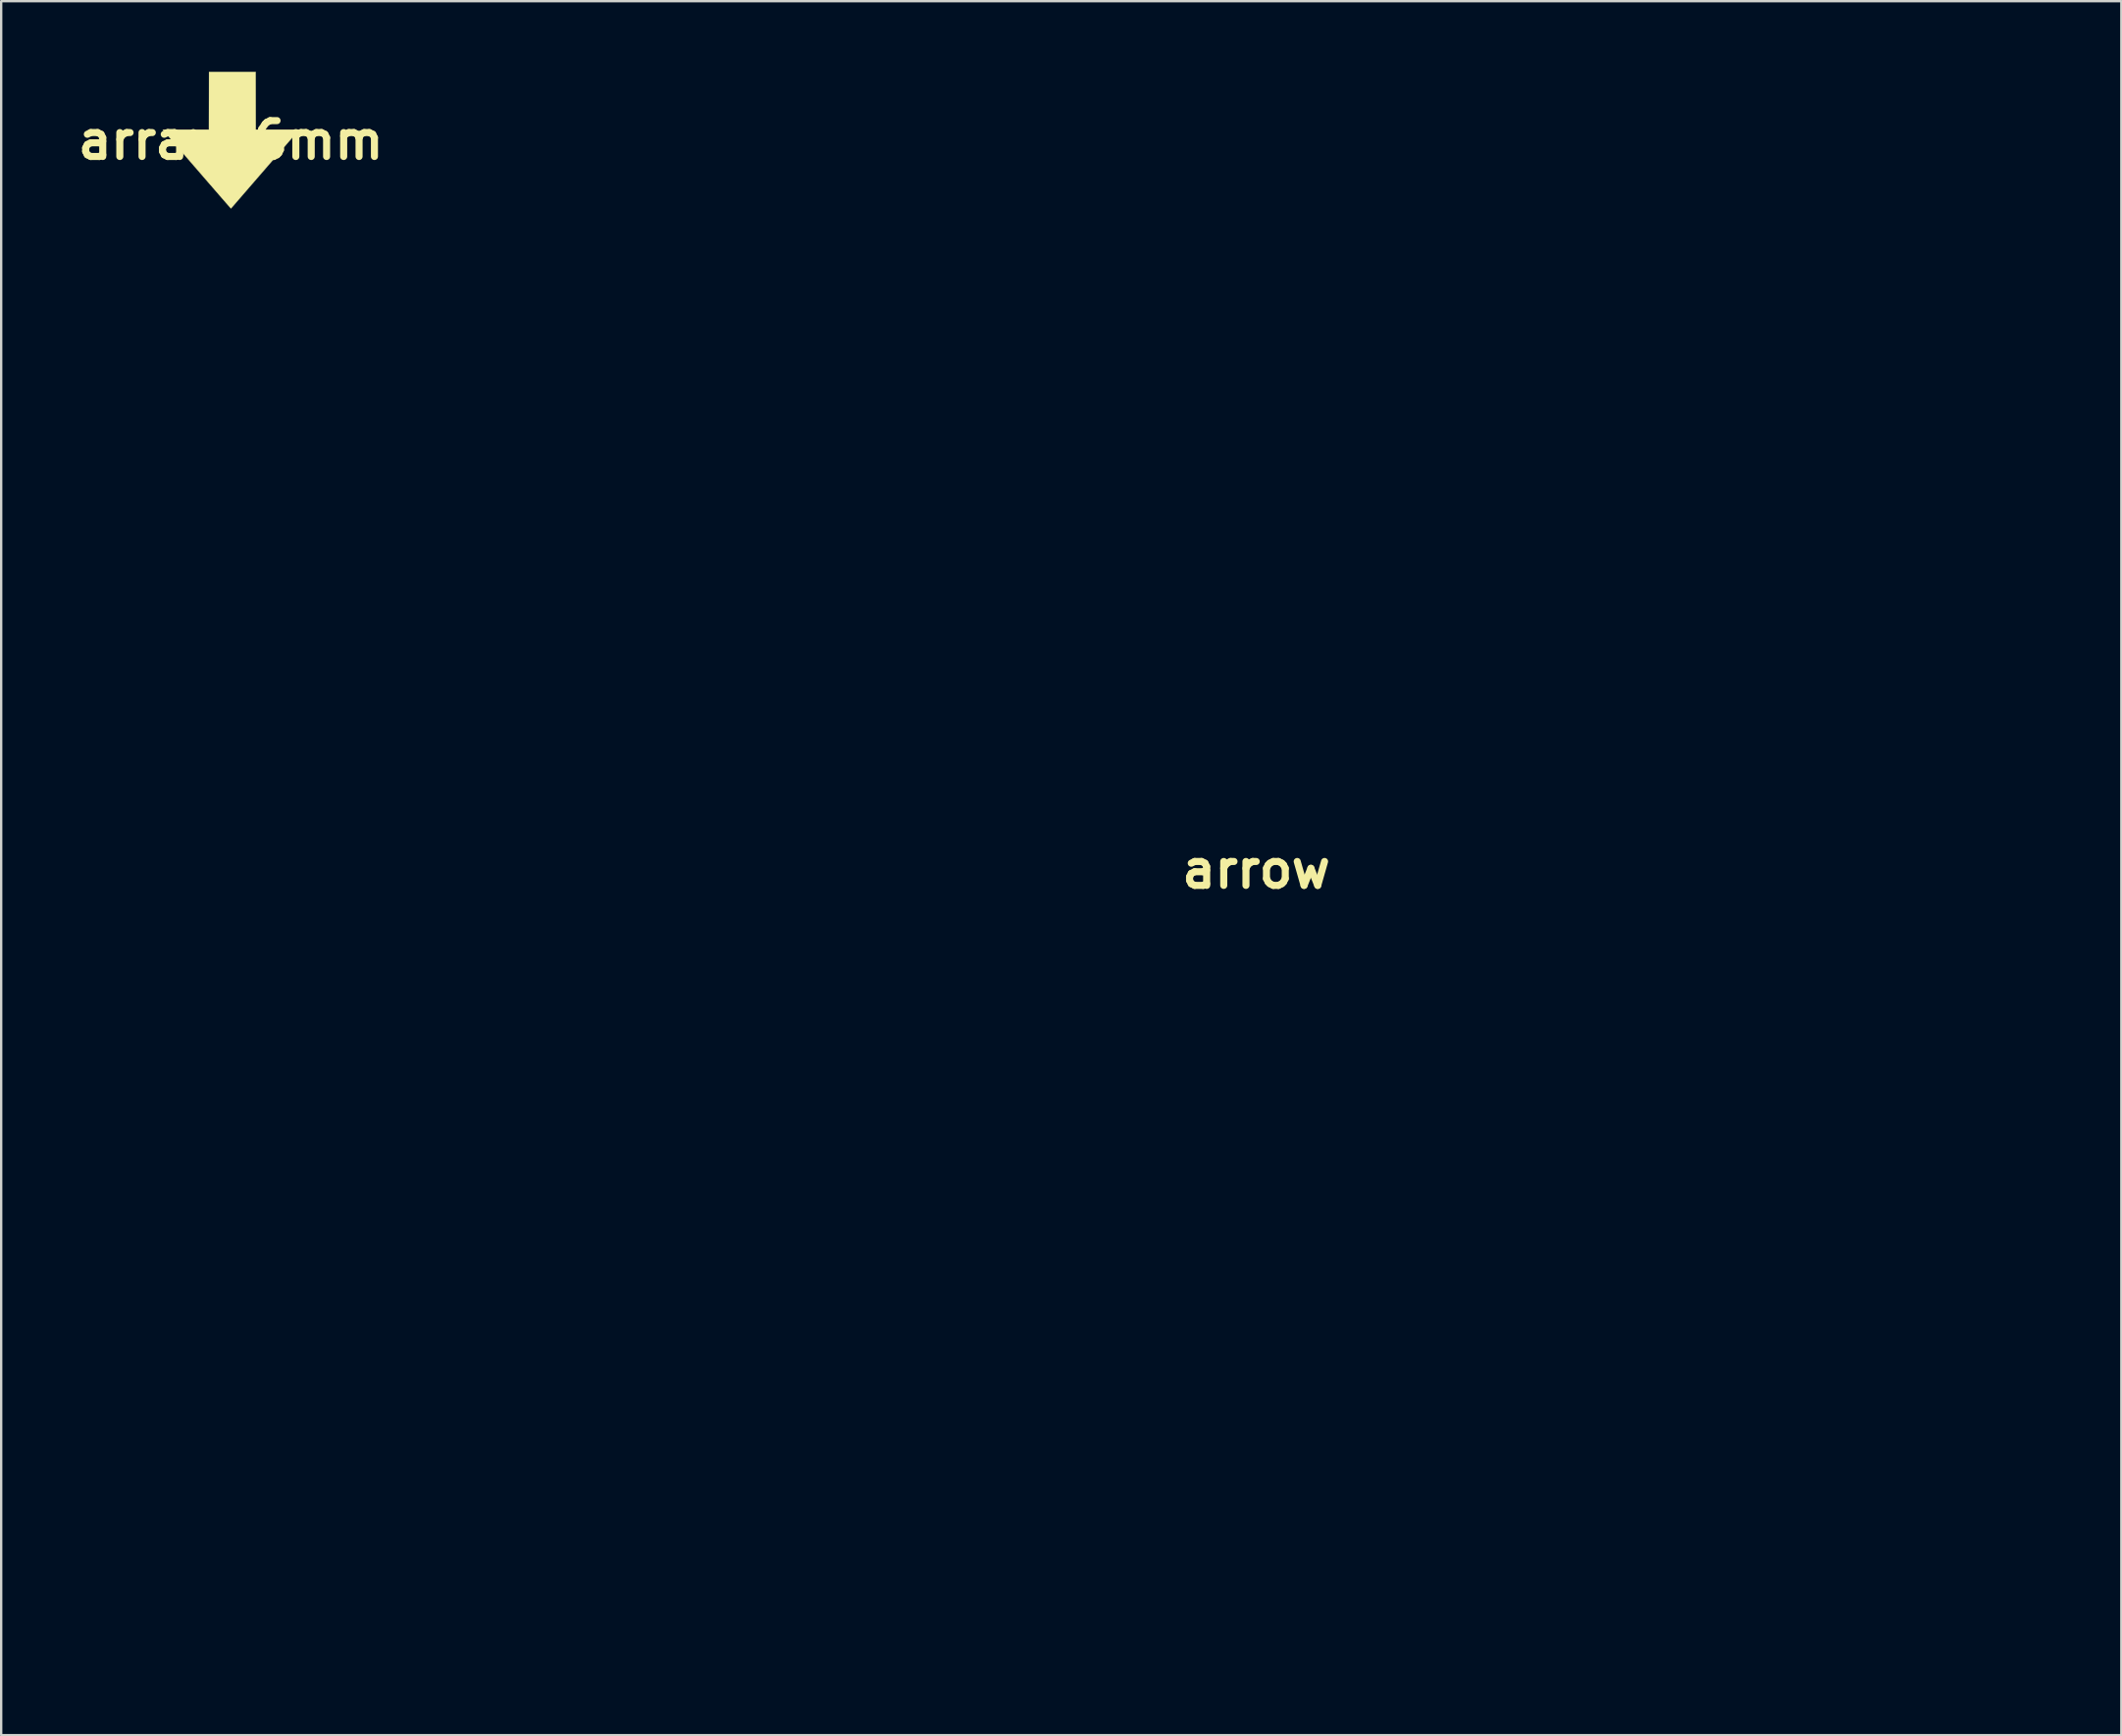
<source format=kicad_pcb>
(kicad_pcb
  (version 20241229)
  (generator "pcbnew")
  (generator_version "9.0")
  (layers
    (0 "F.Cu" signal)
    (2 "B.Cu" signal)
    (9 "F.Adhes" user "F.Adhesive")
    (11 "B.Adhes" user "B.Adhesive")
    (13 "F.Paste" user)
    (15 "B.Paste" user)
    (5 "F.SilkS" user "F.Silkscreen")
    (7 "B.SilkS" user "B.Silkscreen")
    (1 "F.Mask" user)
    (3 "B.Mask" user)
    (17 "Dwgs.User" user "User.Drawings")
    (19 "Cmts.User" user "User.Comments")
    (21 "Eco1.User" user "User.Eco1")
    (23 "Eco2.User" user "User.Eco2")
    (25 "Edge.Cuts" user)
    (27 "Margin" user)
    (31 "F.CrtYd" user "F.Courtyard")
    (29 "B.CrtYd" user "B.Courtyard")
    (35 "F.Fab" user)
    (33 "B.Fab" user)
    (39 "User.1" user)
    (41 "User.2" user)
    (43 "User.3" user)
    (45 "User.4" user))
  (footprint "arraw_6mm"
    (layer "F.Cu")
    (at 6.756 2.908)
    (property "Reference" "arraw_6mm" (at 0 0 0) (layer "F.SilkS") (effects (font (size 1.524 1.524) (thickness 0.3))))
    (attr through_hole)
    (fp_poly (pts (xy 1.054 -1.678) (xy 1.056 -0.454) (xy 1.972 -0.453) (xy 2.086 -0.453) (xy 2.196 -0.453) (xy 2.301 -0.453) (xy 2.4 -0.453) (xy 2.493 -0.453) (xy 2.578 -0.452) (xy 2.655 -0.452) (xy 2.723 -0.451) (xy 2.78 -0.451) (xy 2.827 -0.451) (xy 2.861 -0.45) (xy 2.883 -0.45) (xy 2.892 -0.449) (xy 2.892 -0.449) (xy 2.888 -0.443) (xy 2.876 -0.427) (xy 2.856 -0.402) (xy 2.829 -0.37) (xy 2.797 -0.332) (xy 2.76 -0.289) (xy 2.72 -0.242) (xy 2.702 -0.221) (xy 2.672 -0.187) (xy 2.634 -0.143) (xy 2.588 -0.089) (xy 2.535 -0.028) (xy 2.475 0.041) (xy 2.41 0.116) (xy 2.341 0.196) (xy 2.268 0.281) (xy 2.191 0.369) (xy 2.113 0.46) (xy 2.032 0.553) (xy 1.952 0.646) (xy 1.88 0.729) (xy 1.708 0.928) (xy 1.545 1.116) (xy 1.392 1.294) (xy 1.247 1.461) (xy 1.112 1.617) (xy 0.986 1.763) (xy 0.869 1.898) (xy 0.76 2.024) (xy 0.66 2.14) (xy 0.569 2.245) (xy 0.486 2.341) (xy 0.411 2.428) (xy 0.344 2.505) (xy 0.286 2.572) (xy 0.236 2.63) (xy 0.193 2.68) (xy 0.158 2.72) (xy 0.131 2.751) (xy 0.118 2.767) (xy 0.086 2.803) (xy 0.057 2.836) (xy 0.033 2.862) (xy 0.014 2.882) (xy 0.003 2.894) (xy -0.000362 2.896) (xy -0.006 2.89) (xy -0.02 2.874) (xy -0.043 2.848) (xy -0.074 2.812) (xy -0.114 2.767) (xy -0.161 2.713) (xy -0.215 2.651) (xy -0.277 2.58) (xy -0.345 2.502) (xy -0.419 2.417) (xy -0.499 2.325) (xy -0.584 2.226) (xy -0.675 2.122) (xy -0.77 2.012) (xy -0.87 1.897) (xy -0.973 1.778) (xy -1.08 1.654) (xy -1.191 1.526) (xy -1.304 1.395) (xy -1.42 1.261) (xy -1.451 1.225) (xy -1.568 1.091) (xy -1.682 0.959) (xy -1.793 0.83) (xy -1.901 0.705) (xy -2.005 0.584) (xy -2.106 0.468) (xy -2.202 0.357) (xy -2.293 0.251) (xy -2.38 0.15) (xy -2.461 0.056) (xy -2.536 -0.031) (xy -2.606 -0.111) (xy -2.668 -0.184) (xy -2.724 -0.249) (xy -2.773 -0.306) (xy -2.814 -0.354) (xy -2.847 -0.392) (xy -2.872 -0.421) (xy -2.888 -0.44) (xy -2.895 -0.449) (xy -2.896 -0.449) (xy -2.888 -0.45) (xy -2.868 -0.451) (xy -2.834 -0.451) (xy -2.788 -0.452) (xy -2.732 -0.452) (xy -2.664 -0.452) (xy -2.588 -0.453) (xy -2.502 -0.453) (xy -2.409 -0.453) (xy -2.309 -0.454) (xy -2.203 -0.454) (xy -2.091 -0.454) (xy -1.975 -0.454) (xy -1.914 -0.454) (xy -0.933 -0.454) (xy -0.929 -2.903) (xy 1.052 -2.903) (xy 1.054 -1.678)) (stroke (width 0.01) (type solid)) (fill yes) (layer "F.SilkS")))
  (footprint "arrow"
    (layer "F.Cu")
    (at 50.3 33.872)
    (property "Reference" "arrow" (at 0 0 0) (layer "F.SilkS") (effects (font (size 1.524 1.524) (thickness 0.3))))
    (attr through_hole)
    (fp_poly (pts (xy 12.298 -19.579) (xy 12.319 -5.292) (xy 23.003 -5.29) (xy 24.334 -5.289) (xy 25.619 -5.288) (xy 26.846 -5.286) (xy 28.005 -5.283) (xy 29.087 -5.28) (xy 30.082 -5.276) (xy 30.978 -5.272) (xy 31.767 -5.267) (xy 32.437 -5.262) (xy 32.98 -5.257) (xy 33.384 -5.251) (xy 33.639 -5.245) (xy 33.736 -5.239) (xy 33.736 -5.239) (xy 33.693 -5.167) (xy 33.55 -4.981) (xy 33.318 -4.694) (xy 33.009 -4.321) (xy 32.634 -3.876) (xy 32.204 -3.371) (xy 31.731 -2.82) (xy 31.518 -2.574) (xy 31.174 -2.177) (xy 30.729 -1.663) (xy 30.192 -1.042) (xy 29.572 -0.326) (xy 28.879 0.475) (xy 28.122 1.35) (xy 27.311 2.287) (xy 26.455 3.277) (xy 25.564 4.308) (xy 24.646 5.369) (xy 23.711 6.45) (xy 22.769 7.539) (xy 21.93 8.509) (xy 19.923 10.83) (xy 18.026 13.025) (xy 16.236 15.094) (xy 14.554 17.039) (xy 12.977 18.863) (xy 11.505 20.565) (xy 10.136 22.148) (xy 8.869 23.613) (xy 7.702 24.962) (xy 6.635 26.195) (xy 5.667 27.315) (xy 4.795 28.323) (xy 4.019 29.22) (xy 3.337 30.008) (xy 2.748 30.689) (xy 2.252 31.262) (xy 1.846 31.731) (xy 1.529 32.097) (xy 1.371 32.279) (xy 1 32.703) (xy 0.665 33.081) (xy 0.38 33.395) (xy 0.163 33.626) (xy 0.029 33.758) (xy -0.004 33.782) (xy -0.065 33.719) (xy -0.232 33.532) (xy -0.501 33.228) (xy -0.868 32.809) (xy -1.329 32.283) (xy -1.879 31.653) (xy -2.514 30.924) (xy -3.23 30.102) (xy -4.022 29.19) (xy -4.887 28.195) (xy -5.82 27.121) (xy -6.816 25.973) (xy -7.872 24.756) (xy -8.983 23.474) (xy -10.145 22.134) (xy -11.353 20.739) (xy -12.604 19.294) (xy -13.893 17.805) (xy -15.216 16.277) (xy -16.569 14.713) (xy -16.929 14.296) (xy -18.289 12.724) (xy -19.619 11.186) (xy -20.916 9.685) (xy -22.176 8.227) (xy -23.394 6.817) (xy -24.566 5.46) (xy -25.689 4.161) (xy -26.756 2.924) (xy -27.765 1.754) (xy -28.712 0.658) (xy -29.591 -0.362) (xy -30.398 -1.299) (xy -31.13 -2.148) (xy -31.782 -2.906) (xy -32.35 -3.566) (xy -32.83 -4.125) (xy -33.216 -4.576) (xy -33.506 -4.915) (xy -33.695 -5.137) (xy -33.778 -5.238) (xy -33.782 -5.244) (xy -33.699 -5.25) (xy -33.456 -5.256) (xy -33.064 -5.262) (xy -32.531 -5.268) (xy -31.868 -5.273) (xy -31.085 -5.278) (xy -30.191 -5.282) (xy -29.195 -5.286) (xy -28.108 -5.289) (xy -26.94 -5.291) (xy -25.7 -5.293) (xy -24.397 -5.294) (xy -23.042 -5.295) (xy -22.331 -5.295) (xy -10.88 -5.292) (xy -10.837 -33.867) (xy 12.276 -33.867) (xy 12.298 -19.579)) (stroke (width 0.01) (type solid)) (fill no) (layer "Eco2.User")))
  (gr_rect
    (start -3 -3)
    (end 87.041 70.659)
    (stroke (width 0.1) (type default))
    (fill no)
    (layer "Edge.Cuts")))
</source>
